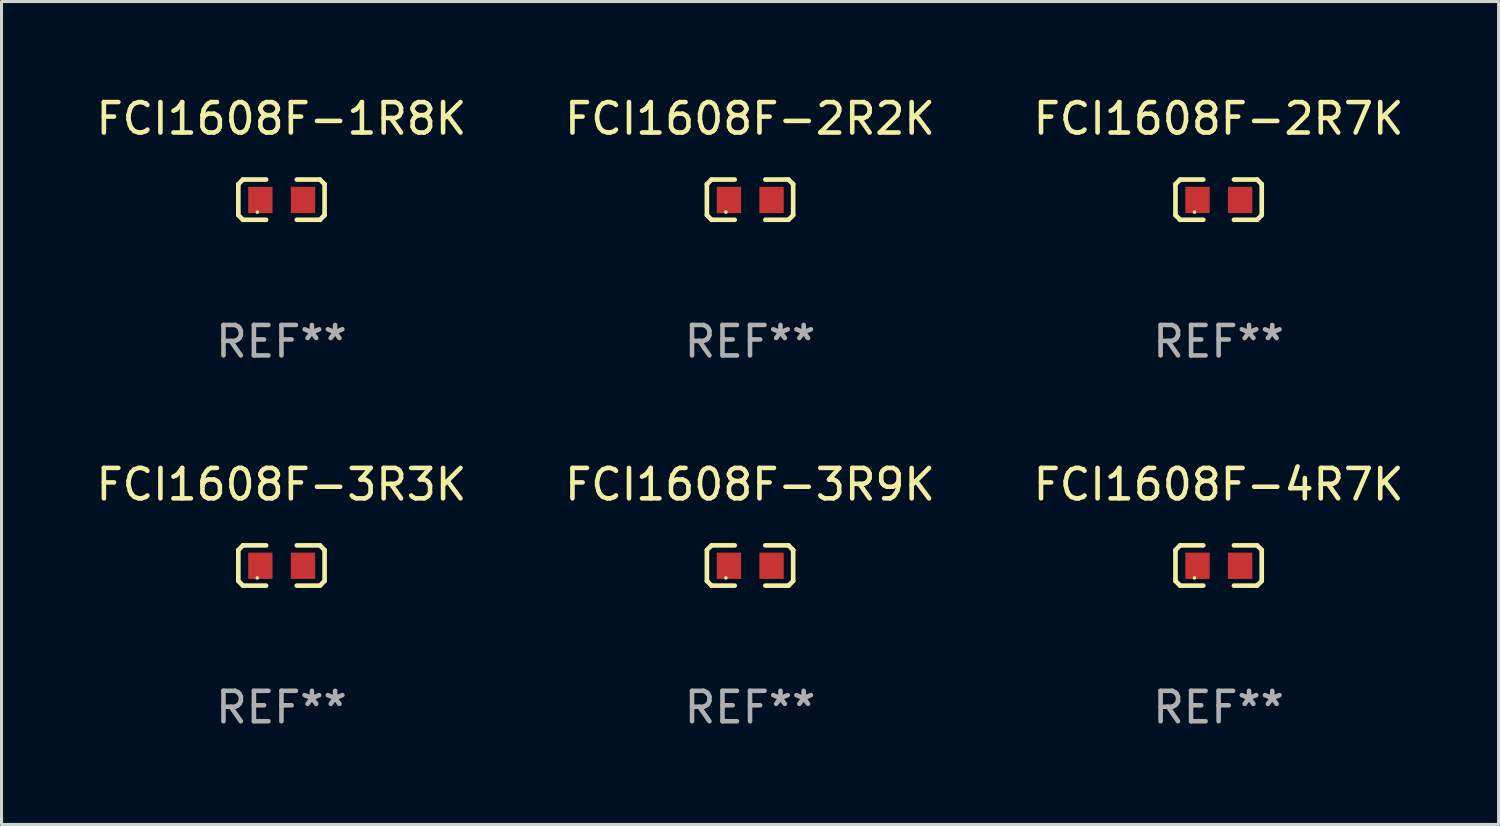
<source format=kicad_pcb>
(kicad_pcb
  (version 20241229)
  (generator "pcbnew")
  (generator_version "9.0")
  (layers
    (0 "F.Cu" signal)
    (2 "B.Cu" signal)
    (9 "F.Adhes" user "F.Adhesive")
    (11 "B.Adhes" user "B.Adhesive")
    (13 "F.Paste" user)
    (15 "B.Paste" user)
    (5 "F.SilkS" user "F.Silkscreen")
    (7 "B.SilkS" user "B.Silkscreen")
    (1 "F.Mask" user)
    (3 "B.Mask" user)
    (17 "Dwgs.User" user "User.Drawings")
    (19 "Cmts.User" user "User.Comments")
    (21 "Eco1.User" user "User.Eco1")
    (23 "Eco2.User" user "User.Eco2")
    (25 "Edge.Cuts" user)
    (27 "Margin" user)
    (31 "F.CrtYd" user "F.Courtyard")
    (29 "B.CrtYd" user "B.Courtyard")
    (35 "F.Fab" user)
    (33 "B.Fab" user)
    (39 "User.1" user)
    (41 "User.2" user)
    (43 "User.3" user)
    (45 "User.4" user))
  (footprint "FCI1608F-3R3K"
    (layer "F.Cu")
    (at 6.196 15.527)
    (property "Reference" "FCI1608F-3R3K" (at 0 -2.661 0) (layer "F.SilkS") (effects (font (size 1 1) (thickness 0.15))))
    (attr through_hole)
    (fp_line (start -1.417 -0.508) (end -1.265 -0.661) (stroke (width 0.152) (type solid)) (layer "F.SilkS"))
    (fp_line (start -1.417 0.508) (end -1.417 -0.508) (stroke (width 0.152) (type solid)) (layer "F.SilkS"))
    (fp_line (start -1.265 -0.661) (end -0.503 -0.661) (stroke (width 0.152) (type solid)) (layer "F.SilkS"))
    (fp_line (start -1.265 0.661) (end -1.417 0.508) (stroke (width 0.152) (type solid)) (layer "F.SilkS"))
    (fp_line (start -1.265 0.661) (end -0.503 0.661) (stroke (width 0.152) (type solid)) (layer "F.SilkS"))
    (fp_line (start 1.265 -0.661) (end 0.503 -0.661) (stroke (width 0.152) (type solid)) (layer "F.SilkS"))
    (fp_line (start 1.265 -0.661) (end 1.417 -0.508) (stroke (width 0.152) (type solid)) (layer "F.SilkS"))
    (fp_line (start 1.265 0.661) (end 0.503 0.661) (stroke (width 0.152) (type solid)) (layer "F.SilkS"))
    (fp_line (start 1.417 -0.508) (end 1.417 0.508) (stroke (width 0.152) (type solid)) (layer "F.SilkS"))
    (fp_line (start 1.417 0.508) (end 1.265 0.661) (stroke (width 0.152) (type solid)) (layer "F.SilkS"))
    (fp_circle (center -0.793 0.409) (end -0.763 0.409) (stroke (width 0.06) (type solid)) (fill no) (layer "F.SilkS"))
    (fp_text user "REF**" (at 0 4.661 0) (layer "F.Fab") (effects (font (size 1 1) (thickness 0.15))))
    (pad "1" smd rect (at -0.693 0.009 180) (size 0.8 0.864) (layers "F.Cu" "F.Mask" "F.Paste"))
    (pad "2" smd rect (at 0.707 0.009 180) (size 0.8 0.864) (layers "F.Cu" "F.Mask" "F.Paste")))
  (footprint "FCI1608F-4R7K"
    (layer "F.Cu")
    (at 36.982 15.527)
    (property "Reference" "FCI1608F-4R7K" (at 0 -2.661 0) (layer "F.SilkS") (effects (font (size 1 1) (thickness 0.15))))
    (attr through_hole)
    (fp_line (start -1.417 -0.508) (end -1.265 -0.661) (stroke (width 0.152) (type solid)) (layer "F.SilkS"))
    (fp_line (start -1.417 0.508) (end -1.417 -0.508) (stroke (width 0.152) (type solid)) (layer "F.SilkS"))
    (fp_line (start -1.265 -0.661) (end -0.503 -0.661) (stroke (width 0.152) (type solid)) (layer "F.SilkS"))
    (fp_line (start -1.265 0.661) (end -1.417 0.508) (stroke (width 0.152) (type solid)) (layer "F.SilkS"))
    (fp_line (start -1.265 0.661) (end -0.503 0.661) (stroke (width 0.152) (type solid)) (layer "F.SilkS"))
    (fp_line (start 1.265 -0.661) (end 0.503 -0.661) (stroke (width 0.152) (type solid)) (layer "F.SilkS"))
    (fp_line (start 1.265 -0.661) (end 1.417 -0.508) (stroke (width 0.152) (type solid)) (layer "F.SilkS"))
    (fp_line (start 1.265 0.661) (end 0.503 0.661) (stroke (width 0.152) (type solid)) (layer "F.SilkS"))
    (fp_line (start 1.417 -0.508) (end 1.417 0.508) (stroke (width 0.152) (type solid)) (layer "F.SilkS"))
    (fp_line (start 1.417 0.508) (end 1.265 0.661) (stroke (width 0.152) (type solid)) (layer "F.SilkS"))
    (fp_circle (center -0.793 0.409) (end -0.763 0.409) (stroke (width 0.06) (type solid)) (fill no) (layer "F.SilkS"))
    (fp_text user "REF**" (at 0 4.661 0) (layer "F.Fab") (effects (font (size 1 1) (thickness 0.15))))
    (pad "1" smd rect (at -0.693 0.009 180) (size 0.8 0.864) (layers "F.Cu" "F.Mask" "F.Paste"))
    (pad "2" smd rect (at 0.707 0.009 180) (size 0.8 0.864) (layers "F.Cu" "F.Mask" "F.Paste")))
  (footprint "FCI1608F-1R8K"
    (layer "F.Cu")
    (at 6.196 3.509)
    (property "Reference" "FCI1608F-1R8K" (at 0 -2.661 0) (layer "F.SilkS") (effects (font (size 1 1) (thickness 0.15))))
    (attr through_hole)
    (fp_line (start -1.417 -0.508) (end -1.265 -0.661) (stroke (width 0.152) (type solid)) (layer "F.SilkS"))
    (fp_line (start -1.417 0.508) (end -1.417 -0.508) (stroke (width 0.152) (type solid)) (layer "F.SilkS"))
    (fp_line (start -1.265 -0.661) (end -0.503 -0.661) (stroke (width 0.152) (type solid)) (layer "F.SilkS"))
    (fp_line (start -1.265 0.661) (end -1.417 0.508) (stroke (width 0.152) (type solid)) (layer "F.SilkS"))
    (fp_line (start -1.265 0.661) (end -0.503 0.661) (stroke (width 0.152) (type solid)) (layer "F.SilkS"))
    (fp_line (start 1.265 -0.661) (end 0.503 -0.661) (stroke (width 0.152) (type solid)) (layer "F.SilkS"))
    (fp_line (start 1.265 -0.661) (end 1.417 -0.508) (stroke (width 0.152) (type solid)) (layer "F.SilkS"))
    (fp_line (start 1.265 0.661) (end 0.503 0.661) (stroke (width 0.152) (type solid)) (layer "F.SilkS"))
    (fp_line (start 1.417 -0.508) (end 1.417 0.508) (stroke (width 0.152) (type solid)) (layer "F.SilkS"))
    (fp_line (start 1.417 0.508) (end 1.265 0.661) (stroke (width 0.152) (type solid)) (layer "F.SilkS"))
    (fp_circle (center -0.793 0.409) (end -0.763 0.409) (stroke (width 0.06) (type solid)) (fill no) (layer "F.SilkS"))
    (fp_text user "REF**" (at 0 4.661 0) (layer "F.Fab") (effects (font (size 1 1) (thickness 0.15))))
    (pad "1" smd rect (at -0.693 0.009 180) (size 0.8 0.864) (layers "F.Cu" "F.Mask" "F.Paste"))
    (pad "2" smd rect (at 0.707 0.009 180) (size 0.8 0.864) (layers "F.Cu" "F.Mask" "F.Paste")))
  (footprint "FCI1608F-2R2K"
    (layer "F.Cu")
    (at 21.589 3.509)
    (property "Reference" "FCI1608F-2R2K" (at 0 -2.661 0) (layer "F.SilkS") (effects (font (size 1 1) (thickness 0.15))))
    (attr through_hole)
    (fp_line (start -1.417 -0.508) (end -1.265 -0.661) (stroke (width 0.152) (type solid)) (layer "F.SilkS"))
    (fp_line (start -1.417 0.508) (end -1.417 -0.508) (stroke (width 0.152) (type solid)) (layer "F.SilkS"))
    (fp_line (start -1.265 -0.661) (end -0.503 -0.661) (stroke (width 0.152) (type solid)) (layer "F.SilkS"))
    (fp_line (start -1.265 0.661) (end -1.417 0.508) (stroke (width 0.152) (type solid)) (layer "F.SilkS"))
    (fp_line (start -1.265 0.661) (end -0.503 0.661) (stroke (width 0.152) (type solid)) (layer "F.SilkS"))
    (fp_line (start 1.265 -0.661) (end 0.503 -0.661) (stroke (width 0.152) (type solid)) (layer "F.SilkS"))
    (fp_line (start 1.265 -0.661) (end 1.417 -0.508) (stroke (width 0.152) (type solid)) (layer "F.SilkS"))
    (fp_line (start 1.265 0.661) (end 0.503 0.661) (stroke (width 0.152) (type solid)) (layer "F.SilkS"))
    (fp_line (start 1.417 -0.508) (end 1.417 0.508) (stroke (width 0.152) (type solid)) (layer "F.SilkS"))
    (fp_line (start 1.417 0.508) (end 1.265 0.661) (stroke (width 0.152) (type solid)) (layer "F.SilkS"))
    (fp_circle (center -0.793 0.409) (end -0.763 0.409) (stroke (width 0.06) (type solid)) (fill no) (layer "F.SilkS"))
    (fp_text user "REF**" (at 0 4.661 0) (layer "F.Fab") (effects (font (size 1 1) (thickness 0.15))))
    (pad "1" smd rect (at -0.693 0.009 180) (size 0.8 0.864) (layers "F.Cu" "F.Mask" "F.Paste"))
    (pad "2" smd rect (at 0.707 0.009 180) (size 0.8 0.864) (layers "F.Cu" "F.Mask" "F.Paste")))
  (footprint "FCI1608F-2R7K"
    (layer "F.Cu")
    (at 36.982 3.509)
    (property "Reference" "FCI1608F-2R7K" (at 0 -2.661 0) (layer "F.SilkS") (effects (font (size 1 1) (thickness 0.15))))
    (attr through_hole)
    (fp_line (start -1.417 -0.508) (end -1.265 -0.661) (stroke (width 0.152) (type solid)) (layer "F.SilkS"))
    (fp_line (start -1.417 0.508) (end -1.417 -0.508) (stroke (width 0.152) (type solid)) (layer "F.SilkS"))
    (fp_line (start -1.265 -0.661) (end -0.503 -0.661) (stroke (width 0.152) (type solid)) (layer "F.SilkS"))
    (fp_line (start -1.265 0.661) (end -1.417 0.508) (stroke (width 0.152) (type solid)) (layer "F.SilkS"))
    (fp_line (start -1.265 0.661) (end -0.503 0.661) (stroke (width 0.152) (type solid)) (layer "F.SilkS"))
    (fp_line (start 1.265 -0.661) (end 0.503 -0.661) (stroke (width 0.152) (type solid)) (layer "F.SilkS"))
    (fp_line (start 1.265 -0.661) (end 1.417 -0.508) (stroke (width 0.152) (type solid)) (layer "F.SilkS"))
    (fp_line (start 1.265 0.661) (end 0.503 0.661) (stroke (width 0.152) (type solid)) (layer "F.SilkS"))
    (fp_line (start 1.417 -0.508) (end 1.417 0.508) (stroke (width 0.152) (type solid)) (layer "F.SilkS"))
    (fp_line (start 1.417 0.508) (end 1.265 0.661) (stroke (width 0.152) (type solid)) (layer "F.SilkS"))
    (fp_circle (center -0.793 0.409) (end -0.763 0.409) (stroke (width 0.06) (type solid)) (fill no) (layer "F.SilkS"))
    (fp_text user "REF**" (at 0 4.661 0) (layer "F.Fab") (effects (font (size 1 1) (thickness 0.15))))
    (pad "1" smd rect (at -0.693 0.009 180) (size 0.8 0.864) (layers "F.Cu" "F.Mask" "F.Paste"))
    (pad "2" smd rect (at 0.707 0.009 180) (size 0.8 0.864) (layers "F.Cu" "F.Mask" "F.Paste")))
  (footprint "FCI1608F-3R9K"
    (layer "F.Cu")
    (at 21.589 15.527)
    (property "Reference" "FCI1608F-3R9K" (at 0 -2.661 0) (layer "F.SilkS") (effects (font (size 1 1) (thickness 0.15))))
    (attr through_hole)
    (fp_line (start -1.417 -0.508) (end -1.265 -0.661) (stroke (width 0.152) (type solid)) (layer "F.SilkS"))
    (fp_line (start -1.417 0.508) (end -1.417 -0.508) (stroke (width 0.152) (type solid)) (layer "F.SilkS"))
    (fp_line (start -1.265 -0.661) (end -0.503 -0.661) (stroke (width 0.152) (type solid)) (layer "F.SilkS"))
    (fp_line (start -1.265 0.661) (end -1.417 0.508) (stroke (width 0.152) (type solid)) (layer "F.SilkS"))
    (fp_line (start -1.265 0.661) (end -0.503 0.661) (stroke (width 0.152) (type solid)) (layer "F.SilkS"))
    (fp_line (start 1.265 -0.661) (end 0.503 -0.661) (stroke (width 0.152) (type solid)) (layer "F.SilkS"))
    (fp_line (start 1.265 -0.661) (end 1.417 -0.508) (stroke (width 0.152) (type solid)) (layer "F.SilkS"))
    (fp_line (start 1.265 0.661) (end 0.503 0.661) (stroke (width 0.152) (type solid)) (layer "F.SilkS"))
    (fp_line (start 1.417 -0.508) (end 1.417 0.508) (stroke (width 0.152) (type solid)) (layer "F.SilkS"))
    (fp_line (start 1.417 0.508) (end 1.265 0.661) (stroke (width 0.152) (type solid)) (layer "F.SilkS"))
    (fp_circle (center -0.793 0.409) (end -0.763 0.409) (stroke (width 0.06) (type solid)) (fill no) (layer "F.SilkS"))
    (fp_text user "REF**" (at 0 4.661 0) (layer "F.Fab") (effects (font (size 1 1) (thickness 0.15))))
    (pad "1" smd rect (at -0.693 0.009 180) (size 0.8 0.864) (layers "F.Cu" "F.Mask" "F.Paste"))
    (pad "2" smd rect (at 0.707 0.009 180) (size 0.8 0.864) (layers "F.Cu" "F.Mask" "F.Paste")))
  (gr_rect
    (start -3 -3)
    (end 46.179 24.035)
    (stroke (width 0.1) (type default))
    (fill no)
    (layer "Edge.Cuts")))
</source>
